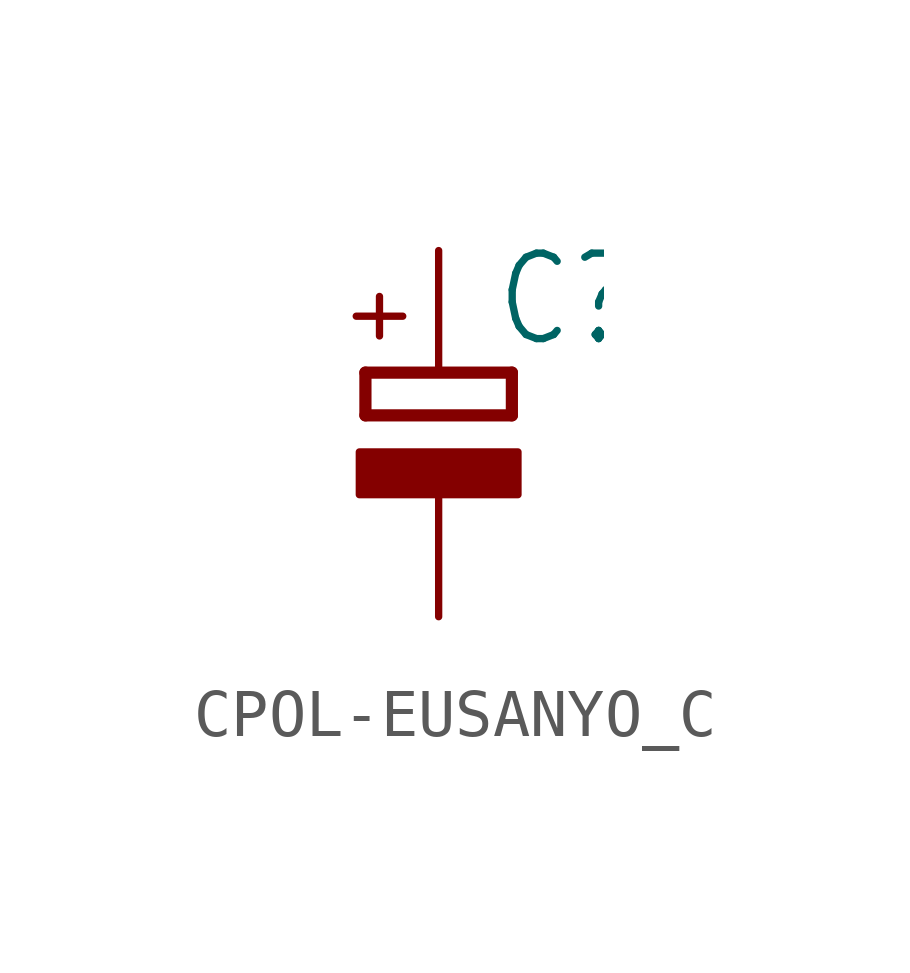
<source format=kicad_sym>
(kicad_symbol_lib
  (version 20231120)
  (generator "kicad_symbol_editor")
  (generator_version "8.0")
  (symbol "CPOL-EUSANYO_C"
    (property "Reference" "C"
      (at 1.143 0.483 0)
      (effects (font (size 1.778 1.511)) (justify left bottom)))
    (property "Value" ""
      (at 1.143 -4.597 0)
      (effects (font (size 1.778 1.511)) (justify left bottom)))
    (property "ki_locked" ""
      (at 0 0 0)
      (effects (font (size 1.27 1.27))))
    (symbol "CPOL-EUSANYO_C_1_0"
      (rectangle (start -1.651 -2.54) (end 1.651 -1.651) (stroke (width 0) (type default)) (fill (type outline)))
      (polyline (pts (xy -1.524 -0.889) (xy 1.524 -0.889)) (stroke (width 0.254) (type solid)) (fill (type none)))
      (polyline (pts (xy -1.524 0) (xy -1.524 -0.889)) (stroke (width 0.254) (type solid)) (fill (type none)))
      (polyline (pts (xy -1.524 0) (xy 1.524 0)) (stroke (width 0.254) (type solid)) (fill (type none)))
      (polyline (pts (xy 1.524 -0.889) (xy 1.524 0)) (stroke (width 0.254) (type solid)) (fill (type none)))
      (text "+" (at -0.584 0.406 900) (effects (font (size 1.27 1.079)) (justify left bottom)))
      (pin passive line (at 0 2.54 270) (length 2.54) (name "+" (effects (font (size 0 0)))) (number "+" (effects (font (size 0 0)))))
      (pin passive line (at 0 -5.08 90) (length 2.54) (name "-" (effects (font (size 0 0)))) (number "-" (effects (font (size 0 0))))))))
</source>
